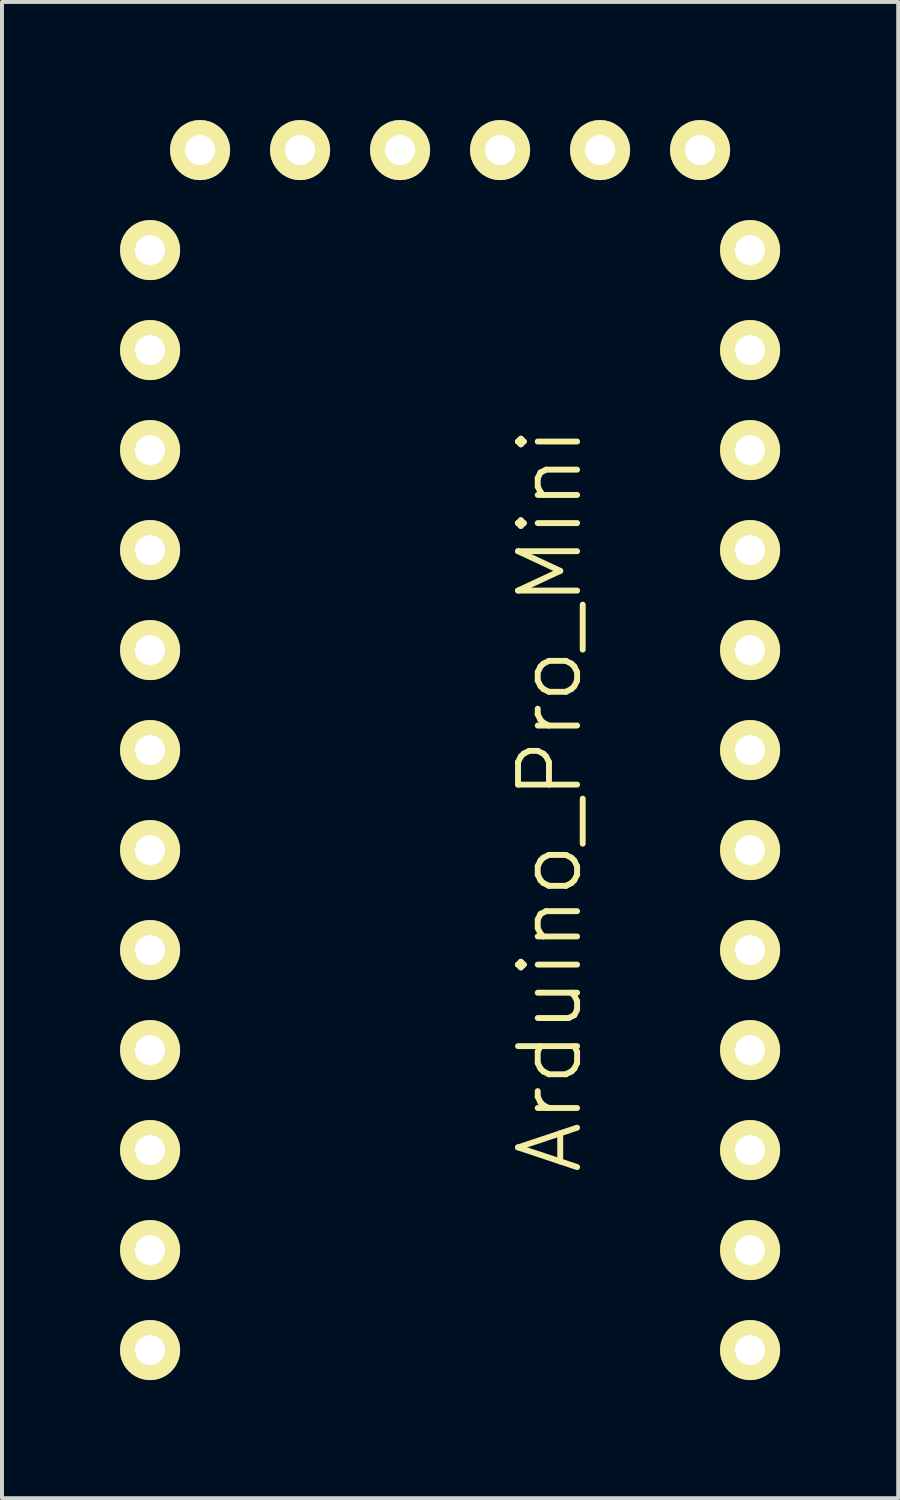
<source format=kicad_pcb>
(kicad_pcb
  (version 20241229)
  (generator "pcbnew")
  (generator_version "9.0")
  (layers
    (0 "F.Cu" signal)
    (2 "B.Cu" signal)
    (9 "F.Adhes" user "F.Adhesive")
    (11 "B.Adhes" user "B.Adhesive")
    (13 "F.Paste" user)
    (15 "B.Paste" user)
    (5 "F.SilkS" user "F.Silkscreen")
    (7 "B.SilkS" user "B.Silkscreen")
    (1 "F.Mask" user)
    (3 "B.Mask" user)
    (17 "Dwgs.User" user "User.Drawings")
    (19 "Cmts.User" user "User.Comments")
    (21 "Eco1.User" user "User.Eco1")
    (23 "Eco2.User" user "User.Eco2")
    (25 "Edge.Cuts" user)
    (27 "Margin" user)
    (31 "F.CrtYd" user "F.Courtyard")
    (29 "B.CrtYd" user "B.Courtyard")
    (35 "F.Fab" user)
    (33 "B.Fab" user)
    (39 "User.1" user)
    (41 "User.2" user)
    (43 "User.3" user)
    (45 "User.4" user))
  (footprint "Arduino_Pro_Mini"
    (layer "F.Cu")
    (at 8.382 31.242)
    (property "Reference" "Arduino_Pro_Mini" (at 2.54 -13.97 90) (layer "F.SilkS") (effects (font (size 1.5 1.5) (thickness 0.15))))
    (attr through_hole)
    (pad "2" thru_hole circle (at 7.62 -17.78) (size 1.524 1.524) (drill 0.762) (layers "*.Cu" "*.Mask" "F.SilkS"))
    (pad "3" thru_hole circle (at 7.62 -15.24) (size 1.524 1.524) (drill 0.762) (layers "*.Cu" "*.Mask" "F.SilkS"))
    (pad "4" thru_hole circle (at 7.62 -12.7) (size 1.524 1.524) (drill 0.762) (layers "*.Cu" "*.Mask" "F.SilkS"))
    (pad "5" thru_hole circle (at 7.62 -10.16) (size 1.524 1.524) (drill 0.762) (layers "*.Cu" "*.Mask" "F.SilkS"))
    (pad "6" thru_hole circle (at 7.62 -7.62) (size 1.524 1.524) (drill 0.762) (layers "*.Cu" "*.Mask" "F.SilkS"))
    (pad "7" thru_hole circle (at 7.62 -5.08) (size 1.524 1.524) (drill 0.762) (layers "*.Cu" "*.Mask" "F.SilkS"))
    (pad "8" thru_hole circle (at 7.62 -2.54) (size 1.524 1.524) (drill 0.762) (layers "*.Cu" "*.Mask" "F.SilkS"))
    (pad "9" thru_hole circle (at 7.62 0) (size 1.524 1.524) (drill 0.762) (layers "*.Cu" "*.Mask" "F.SilkS"))
    (pad "10" thru_hole circle (at -7.62 0) (size 1.524 1.524) (drill 0.762) (layers "*.Cu" "*.Mask" "F.SilkS"))
    (pad "11" thru_hole circle (at -7.62 -2.54) (size 1.524 1.524) (drill 0.762) (layers "*.Cu" "*.Mask" "F.SilkS"))
    (pad "12" thru_hole circle (at -7.62 -5.08) (size 1.524 1.524) (drill 0.762) (layers "*.Cu" "*.Mask" "F.SilkS"))
    (pad "13" thru_hole circle (at -7.62 -7.62) (size 1.524 1.524) (drill 0.762) (layers "*.Cu" "*.Mask" "F.SilkS"))
    (pad "A0" thru_hole circle (at -7.62 -10.16) (size 1.524 1.524) (drill 0.762) (layers "*.Cu" "*.Mask" "F.SilkS"))
    (pad "A1" thru_hole circle (at -7.62 -12.7) (size 1.524 1.524) (drill 0.762) (layers "*.Cu" "*.Mask" "F.SilkS"))
    (pad "A2" thru_hole circle (at -7.62 -15.24) (size 1.524 1.524) (drill 0.762) (layers "*.Cu" "*.Mask" "F.SilkS"))
    (pad "A3" thru_hole circle (at -7.62 -17.78) (size 1.524 1.524) (drill 0.762) (layers "*.Cu" "*.Mask" "F.SilkS"))
    (pad "BLK" thru_hole circle (at 6.35 -30.48) (size 1.524 1.524) (drill 0.762) (layers "*.Cu" "*.Mask" "F.SilkS"))
    (pad "GND" thru_hole circle (at -7.62 -25.4) (size 1.524 1.524) (drill 0.762) (layers "*.Cu" "*.Mask" "F.SilkS"))
    (pad "GND" thru_hole circle (at 3.81 -30.48) (size 1.524 1.524) (drill 0.762) (layers "*.Cu" "*.Mask" "F.SilkS"))
    (pad "GND" thru_hole circle (at 7.62 -20.32) (size 1.524 1.524) (drill 0.762) (layers "*.Cu" "*.Mask" "F.SilkS"))
    (pad "GRN" thru_hole circle (at -6.35 -30.48) (size 1.524 1.524) (drill 0.762) (layers "*.Cu" "*.Mask" "F.SilkS"))
    (pad "RAW" thru_hole circle (at -7.62 -27.94) (size 1.524 1.524) (drill 0.762) (layers "*.Cu" "*.Mask" "F.SilkS"))
    (pad "RST" thru_hole circle (at -7.62 -22.86) (size 1.524 1.524) (drill 0.762) (layers "*.Cu" "*.Mask" "F.SilkS"))
    (pad "RST" thru_hole circle (at 7.62 -22.86) (size 1.524 1.524) (drill 0.762) (layers "*.Cu" "*.Mask" "F.SilkS"))
    (pad "RXI" thru_hole circle (at -1.27 -30.48) (size 1.524 1.524) (drill 0.762) (layers "*.Cu" "*.Mask" "F.SilkS"))
    (pad "RXI" thru_hole circle (at 7.62 -25.4) (size 1.524 1.524) (drill 0.762) (layers "*.Cu" "*.Mask" "F.SilkS"))
    (pad "TX0" thru_hole circle (at -3.81 -30.48) (size 1.524 1.524) (drill 0.762) (layers "*.Cu" "*.Mask" "F.SilkS"))
    (pad "TXD" thru_hole circle (at 7.62 -27.94) (size 1.524 1.524) (drill 0.762) (layers "*.Cu" "*.Mask" "F.SilkS"))
    (pad "VCC" thru_hole circle (at -7.62 -20.32) (size 1.524 1.524) (drill 0.762) (layers "*.Cu" "*.Mask" "F.SilkS"))
    (pad "VCC" thru_hole circle (at 1.27 -30.48) (size 1.524 1.524) (drill 0.762) (layers "*.Cu" "*.Mask" "F.SilkS")))
  (gr_rect
    (start -3 -3)
    (end 19.764 35.004)
    (stroke (width 0.1) (type default))
    (fill no)
    (layer "Edge.Cuts")))
</source>
